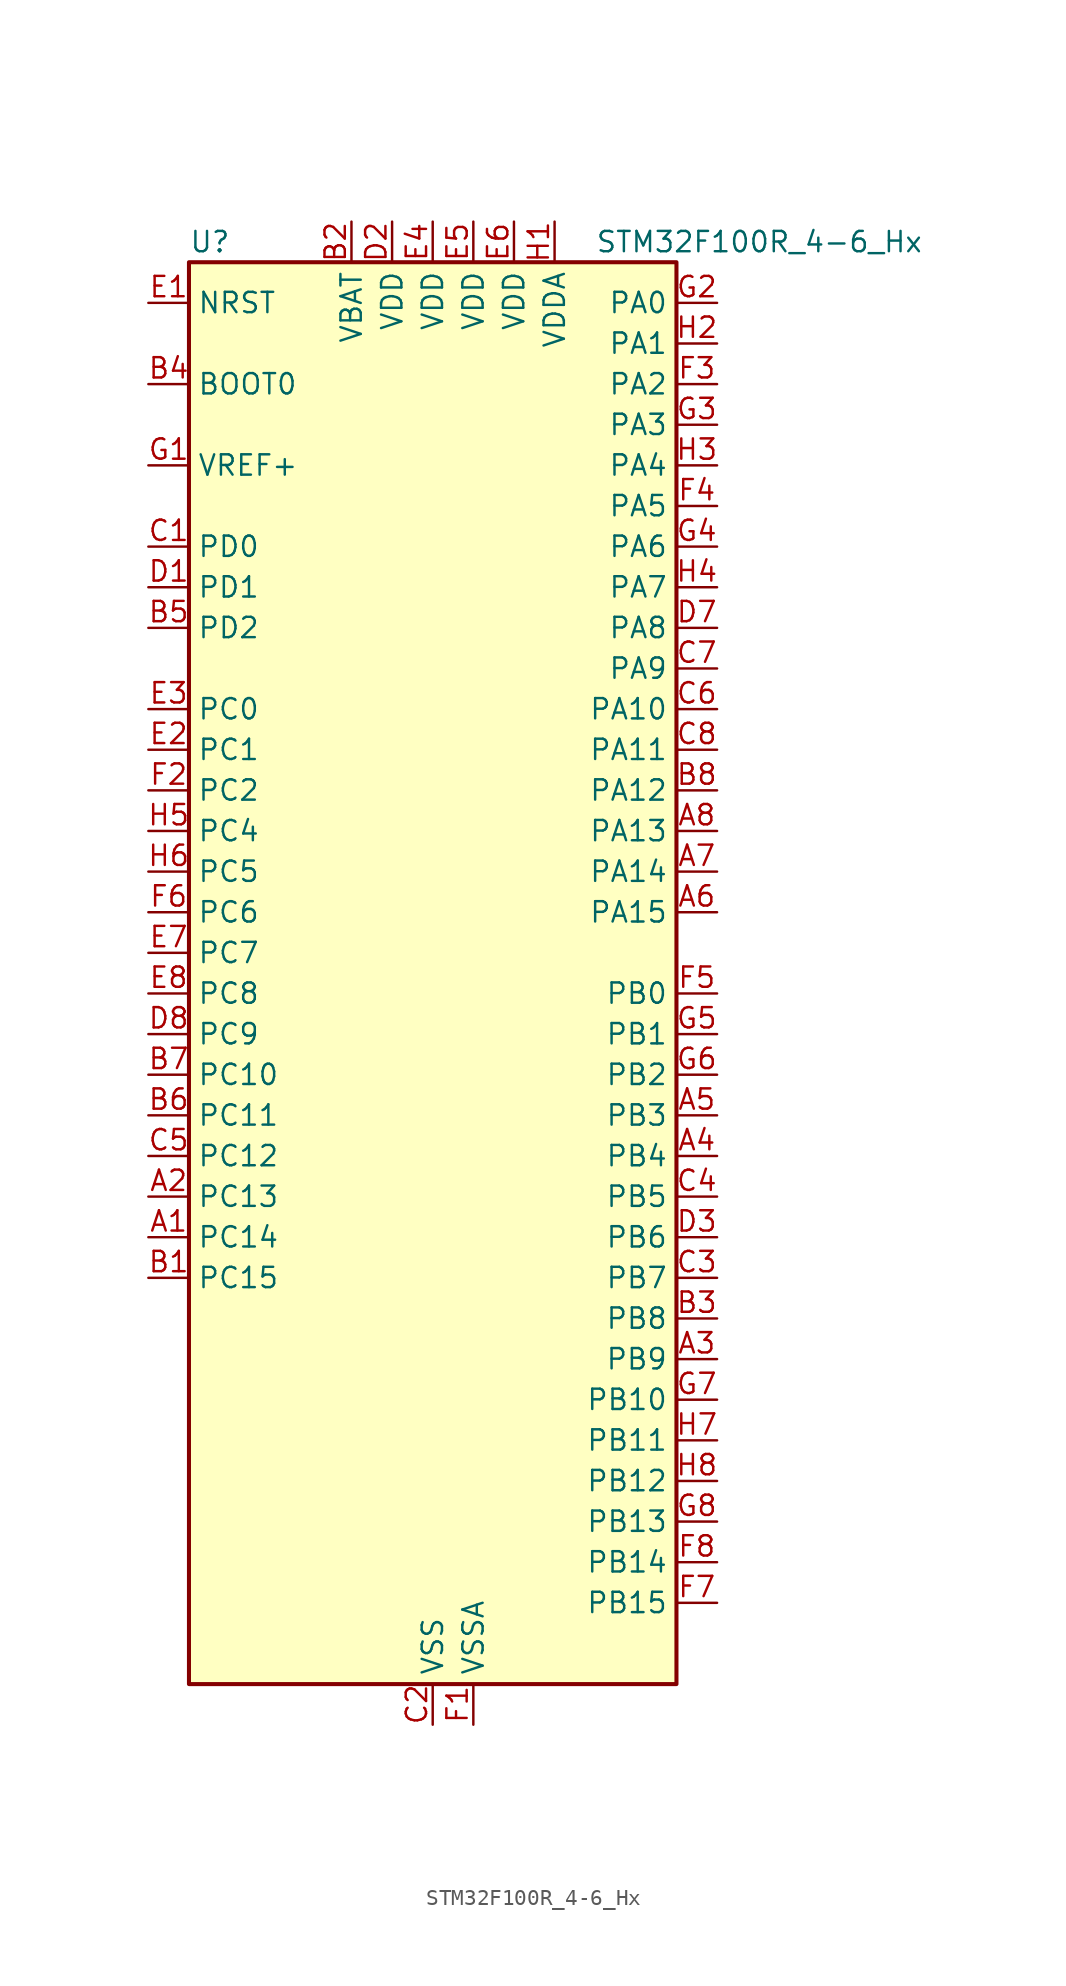
<source format=kicad_sym>
(kicad_symbol_lib
  (version 20231120)
  (generator "kicad-library-utils")
  (generator_version "8.0")
  (symbol "STM32F100R_4-6_Hx"
    (property "Reference" "U"
      (at -15.24 46.99 0)
      (effects (font (size 1.27 1.27)) (justify left)))
    (property "Value" "STM32F100R_4-6_Hx"
      (at 10.16 46.99 0)
      (effects (font (size 1.27 1.27)) (justify left)))
    (property "ki_locked" ""
      (at 0 0 0)
      (effects (font (size 1.27 1.27))))
    (symbol "STM32F100R_4-6_Hx_0_1"
      (rectangle (start -15.24 -43.18) (end 15.24 45.72) (stroke (width 0.254) (type default)) (fill (type background))))
    (symbol "STM32F100R_4-6_Hx_1_1"
      (pin bidirectional line (at -17.78 -15.24 0) (length 2.54) (name "PC14" (effects (font (size 1.27 1.27)))) (number "A1" (effects (font (size 1.27 1.27)))) (alternate "RCC_OSC32_IN" bidirectional line))
      (pin bidirectional line (at -17.78 -12.7 0) (length 2.54) (name "PC13" (effects (font (size 1.27 1.27)))) (number "A2" (effects (font (size 1.27 1.27)))) (alternate "RTC_OUT" bidirectional line) (alternate "RTC_TAMPER" bidirectional line))
      (pin bidirectional line (at 17.78 -22.86 180) (length 2.54) (name "PB9" (effects (font (size 1.27 1.27)))) (number "A3" (effects (font (size 1.27 1.27)))) (alternate "DAC_EXTI9" bidirectional line) (alternate "I2C1_SDA" bidirectional line) (alternate "TIM17_CH1" bidirectional line))
      (pin bidirectional line (at 17.78 -10.16 180) (length 2.54) (name "PB4" (effects (font (size 1.27 1.27)))) (number "A4" (effects (font (size 1.27 1.27)))) (alternate "SPI1_MISO" bidirectional line) (alternate "SYS_NJTRST" bidirectional line) (alternate "TIM3_CH1" bidirectional line))
      (pin bidirectional line (at 17.78 -7.62 180) (length 2.54) (name "PB3" (effects (font (size 1.27 1.27)))) (number "A5" (effects (font (size 1.27 1.27)))) (alternate "SPI1_SCK" bidirectional line) (alternate "SYS_JTDO-TRACESWO" bidirectional line) (alternate "TIM2_CH2" bidirectional line))
      (pin bidirectional line (at 17.78 5.08 180) (length 2.54) (name "PA15" (effects (font (size 1.27 1.27)))) (number "A6" (effects (font (size 1.27 1.27)))) (alternate "ADC1_EXTI15" bidirectional line) (alternate "SPI1_NSS" bidirectional line) (alternate "SYS_JTDI" bidirectional line) (alternate "TIM2_CH1" bidirectional line) (alternate "TIM2_ETR" bidirectional line))
      (pin bidirectional line (at 17.78 7.62 180) (length 2.54) (name "PA14" (effects (font (size 1.27 1.27)))) (number "A7" (effects (font (size 1.27 1.27)))) (alternate "SYS_JTCK-SWCLK" bidirectional line))
      (pin bidirectional line (at 17.78 10.16 180) (length 2.54) (name "PA13" (effects (font (size 1.27 1.27)))) (number "A8" (effects (font (size 1.27 1.27)))) (alternate "SYS_JTMS-SWDIO" bidirectional line))
      (pin bidirectional line (at -17.78 -17.78 0) (length 2.54) (name "PC15" (effects (font (size 1.27 1.27)))) (number "B1" (effects (font (size 1.27 1.27)))) (alternate "ADC1_EXTI15" bidirectional line) (alternate "RCC_OSC32_OUT" bidirectional line))
      (pin power_in line (at -5.08 48.26 270) (length 2.54) (name "VBAT" (effects (font (size 1.27 1.27)))) (number "B2" (effects (font (size 1.27 1.27)))))
      (pin bidirectional line (at 17.78 -20.32 180) (length 2.54) (name "PB8" (effects (font (size 1.27 1.27)))) (number "B3" (effects (font (size 1.27 1.27)))) (alternate "CEC" bidirectional line) (alternate "I2C1_SCL" bidirectional line) (alternate "TIM16_CH1" bidirectional line))
      (pin input line (at -17.78 38.1 0) (length 2.54) (name "BOOT0" (effects (font (size 1.27 1.27)))) (number "B4" (effects (font (size 1.27 1.27)))))
      (pin bidirectional line (at -17.78 22.86 0) (length 2.54) (name "PD2" (effects (font (size 1.27 1.27)))) (number "B5" (effects (font (size 1.27 1.27)))) (alternate "TIM3_ETR" bidirectional line))
      (pin bidirectional line (at -17.78 -7.62 0) (length 2.54) (name "PC11" (effects (font (size 1.27 1.27)))) (number "B6" (effects (font (size 1.27 1.27)))) (alternate "ADC1_EXTI11" bidirectional line))
      (pin bidirectional line (at -17.78 -5.08 0) (length 2.54) (name "PC10" (effects (font (size 1.27 1.27)))) (number "B7" (effects (font (size 1.27 1.27)))))
      (pin bidirectional line (at 17.78 12.7 180) (length 2.54) (name "PA12" (effects (font (size 1.27 1.27)))) (number "B8" (effects (font (size 1.27 1.27)))) (alternate "TIM1_ETR" bidirectional line) (alternate "USART1_RTS" bidirectional line))
      (pin bidirectional line (at -17.78 27.94 0) (length 2.54) (name "PD0" (effects (font (size 1.27 1.27)))) (number "C1" (effects (font (size 1.27 1.27)))) (alternate "RCC_OSC_IN" bidirectional line))
      (pin power_in line (at 0 -45.72 90) (length 2.54) (name "VSS" (effects (font (size 1.27 1.27)))) (number "C2" (effects (font (size 1.27 1.27)))))
      (pin bidirectional line (at 17.78 -17.78 180) (length 2.54) (name "PB7" (effects (font (size 1.27 1.27)))) (number "C3" (effects (font (size 1.27 1.27)))) (alternate "I2C1_SDA" bidirectional line) (alternate "TIM17_CH1N" bidirectional line) (alternate "USART1_RX" bidirectional line))
      (pin bidirectional line (at 17.78 -12.7 180) (length 2.54) (name "PB5" (effects (font (size 1.27 1.27)))) (number "C4" (effects (font (size 1.27 1.27)))) (alternate "I2C1_SMBA" bidirectional line) (alternate "SPI1_MOSI" bidirectional line) (alternate "TIM16_BKIN" bidirectional line) (alternate "TIM3_CH2" bidirectional line))
      (pin bidirectional line (at -17.78 -10.16 0) (length 2.54) (name "PC12" (effects (font (size 1.27 1.27)))) (number "C5" (effects (font (size 1.27 1.27)))))
      (pin bidirectional line (at 17.78 17.78 180) (length 2.54) (name "PA10" (effects (font (size 1.27 1.27)))) (number "C6" (effects (font (size 1.27 1.27)))) (alternate "TIM17_BKIN" bidirectional line) (alternate "TIM1_CH3" bidirectional line) (alternate "USART1_RX" bidirectional line))
      (pin bidirectional line (at 17.78 20.32 180) (length 2.54) (name "PA9" (effects (font (size 1.27 1.27)))) (number "C7" (effects (font (size 1.27 1.27)))) (alternate "DAC_EXTI9" bidirectional line) (alternate "TIM15_BKIN" bidirectional line) (alternate "TIM1_CH2" bidirectional line) (alternate "USART1_TX" bidirectional line))
      (pin bidirectional line (at 17.78 15.24 180) (length 2.54) (name "PA11" (effects (font (size 1.27 1.27)))) (number "C8" (effects (font (size 1.27 1.27)))) (alternate "ADC1_EXTI11" bidirectional line) (alternate "TIM1_CH4" bidirectional line) (alternate "USART1_CTS" bidirectional line))
      (pin bidirectional line (at -17.78 25.4 0) (length 2.54) (name "PD1" (effects (font (size 1.27 1.27)))) (number "D1" (effects (font (size 1.27 1.27)))) (alternate "RCC_OSC_OUT" bidirectional line))
      (pin power_in line (at -2.54 48.26 270) (length 2.54) (name "VDD" (effects (font (size 1.27 1.27)))) (number "D2" (effects (font (size 1.27 1.27)))))
      (pin bidirectional line (at 17.78 -15.24 180) (length 2.54) (name "PB6" (effects (font (size 1.27 1.27)))) (number "D3" (effects (font (size 1.27 1.27)))) (alternate "I2C1_SCL" bidirectional line) (alternate "TIM16_CH1N" bidirectional line) (alternate "USART1_TX" bidirectional line))
      (pin passive line (at 0 -45.72 90) (length 2.54) hide (name "VSS" (effects (font (size 1.27 1.27)))) (number "D4" (effects (font (size 1.27 1.27)))))
      (pin passive line (at 0 -45.72 90) (length 2.54) hide (name "VSS" (effects (font (size 1.27 1.27)))) (number "D5" (effects (font (size 1.27 1.27)))))
      (pin passive line (at 0 -45.72 90) (length 2.54) hide (name "VSS" (effects (font (size 1.27 1.27)))) (number "D6" (effects (font (size 1.27 1.27)))))
      (pin bidirectional line (at 17.78 22.86 180) (length 2.54) (name "PA8" (effects (font (size 1.27 1.27)))) (number "D7" (effects (font (size 1.27 1.27)))) (alternate "RCC_MCO" bidirectional line) (alternate "TIM1_CH1" bidirectional line) (alternate "USART1_CK" bidirectional line))
      (pin bidirectional line (at -17.78 -2.54 0) (length 2.54) (name "PC9" (effects (font (size 1.27 1.27)))) (number "D8" (effects (font (size 1.27 1.27)))) (alternate "DAC_EXTI9" bidirectional line) (alternate "TIM3_CH4" bidirectional line))
      (pin input line (at -17.78 43.18 0) (length 2.54) (name "NRST" (effects (font (size 1.27 1.27)))) (number "E1" (effects (font (size 1.27 1.27)))))
      (pin bidirectional line (at -17.78 15.24 0) (length 2.54) (name "PC1" (effects (font (size 1.27 1.27)))) (number "E2" (effects (font (size 1.27 1.27)))) (alternate "ADC1_IN11" bidirectional line))
      (pin bidirectional line (at -17.78 17.78 0) (length 2.54) (name "PC0" (effects (font (size 1.27 1.27)))) (number "E3" (effects (font (size 1.27 1.27)))) (alternate "ADC1_IN10" bidirectional line))
      (pin power_in line (at 0 48.26 270) (length 2.54) (name "VDD" (effects (font (size 1.27 1.27)))) (number "E4" (effects (font (size 1.27 1.27)))))
      (pin power_in line (at 2.54 48.26 270) (length 2.54) (name "VDD" (effects (font (size 1.27 1.27)))) (number "E5" (effects (font (size 1.27 1.27)))))
      (pin power_in line (at 5.08 48.26 270) (length 2.54) (name "VDD" (effects (font (size 1.27 1.27)))) (number "E6" (effects (font (size 1.27 1.27)))))
      (pin bidirectional line (at -17.78 2.54 0) (length 2.54) (name "PC7" (effects (font (size 1.27 1.27)))) (number "E7" (effects (font (size 1.27 1.27)))) (alternate "TIM3_CH2" bidirectional line))
      (pin bidirectional line (at -17.78 0 0) (length 2.54) (name "PC8" (effects (font (size 1.27 1.27)))) (number "E8" (effects (font (size 1.27 1.27)))) (alternate "TIM3_CH3" bidirectional line))
      (pin power_in line (at 2.54 -45.72 90) (length 2.54) (name "VSSA" (effects (font (size 1.27 1.27)))) (number "F1" (effects (font (size 1.27 1.27)))))
      (pin bidirectional line (at -17.78 12.7 0) (length 2.54) (name "PC2" (effects (font (size 1.27 1.27)))) (number "F2" (effects (font (size 1.27 1.27)))) (alternate "ADC1_IN12" bidirectional line))
      (pin bidirectional line (at 17.78 38.1 180) (length 2.54) (name "PA2" (effects (font (size 1.27 1.27)))) (number "F3" (effects (font (size 1.27 1.27)))) (alternate "ADC1_IN2" bidirectional line) (alternate "TIM15_CH1" bidirectional line) (alternate "TIM2_CH3" bidirectional line) (alternate "USART2_TX" bidirectional line))
      (pin bidirectional line (at 17.78 30.48 180) (length 2.54) (name "PA5" (effects (font (size 1.27 1.27)))) (number "F4" (effects (font (size 1.27 1.27)))) (alternate "ADC1_IN5" bidirectional line) (alternate "DAC_OUT2" bidirectional line) (alternate "SPI1_SCK" bidirectional line))
      (pin bidirectional line (at 17.78 0 180) (length 2.54) (name "PB0" (effects (font (size 1.27 1.27)))) (number "F5" (effects (font (size 1.27 1.27)))) (alternate "ADC1_IN8" bidirectional line) (alternate "TIM1_CH2N" bidirectional line) (alternate "TIM3_CH3" bidirectional line))
      (pin bidirectional line (at -17.78 5.08 0) (length 2.54) (name "PC6" (effects (font (size 1.27 1.27)))) (number "F6" (effects (font (size 1.27 1.27)))) (alternate "TIM3_CH1" bidirectional line))
      (pin bidirectional line (at 17.78 -38.1 180) (length 2.54) (name "PB15" (effects (font (size 1.27 1.27)))) (number "F7" (effects (font (size 1.27 1.27)))) (alternate "ADC1_EXTI15" bidirectional line) (alternate "TIM15_CH1N" bidirectional line) (alternate "TIM15_CH2" bidirectional line) (alternate "TIM1_CH3N" bidirectional line))
      (pin bidirectional line (at 17.78 -35.56 180) (length 2.54) (name "PB14" (effects (font (size 1.27 1.27)))) (number "F8" (effects (font (size 1.27 1.27)))) (alternate "TIM15_CH1" bidirectional line) (alternate "TIM1_CH2N" bidirectional line))
      (pin input line (at -17.78 33.02 0) (length 2.54) (name "VREF+" (effects (font (size 1.27 1.27)))) (number "G1" (effects (font (size 1.27 1.27)))))
      (pin bidirectional line (at 17.78 43.18 180) (length 2.54) (name "PA0" (effects (font (size 1.27 1.27)))) (number "G2" (effects (font (size 1.27 1.27)))) (alternate "ADC1_IN0" bidirectional line) (alternate "SYS_WKUP" bidirectional line) (alternate "TIM2_CH1" bidirectional line) (alternate "TIM2_ETR" bidirectional line) (alternate "USART2_CTS" bidirectional line))
      (pin bidirectional line (at 17.78 35.56 180) (length 2.54) (name "PA3" (effects (font (size 1.27 1.27)))) (number "G3" (effects (font (size 1.27 1.27)))) (alternate "ADC1_IN3" bidirectional line) (alternate "TIM15_CH2" bidirectional line) (alternate "TIM2_CH4" bidirectional line) (alternate "USART2_RX" bidirectional line))
      (pin bidirectional line (at 17.78 27.94 180) (length 2.54) (name "PA6" (effects (font (size 1.27 1.27)))) (number "G4" (effects (font (size 1.27 1.27)))) (alternate "ADC1_IN6" bidirectional line) (alternate "SPI1_MISO" bidirectional line) (alternate "TIM16_CH1" bidirectional line) (alternate "TIM1_BKIN" bidirectional line) (alternate "TIM3_CH1" bidirectional line))
      (pin bidirectional line (at 17.78 -2.54 180) (length 2.54) (name "PB1" (effects (font (size 1.27 1.27)))) (number "G5" (effects (font (size 1.27 1.27)))) (alternate "ADC1_IN9" bidirectional line) (alternate "TIM1_CH3N" bidirectional line) (alternate "TIM3_CH4" bidirectional line))
      (pin bidirectional line (at 17.78 -5.08 180) (length 2.54) (name "PB2" (effects (font (size 1.27 1.27)))) (number "G6" (effects (font (size 1.27 1.27)))))
      (pin bidirectional line (at 17.78 -25.4 180) (length 2.54) (name "PB10" (effects (font (size 1.27 1.27)))) (number "G7" (effects (font (size 1.27 1.27)))) (alternate "CEC" bidirectional line) (alternate "TIM2_CH3" bidirectional line))
      (pin bidirectional line (at 17.78 -33.02 180) (length 2.54) (name "PB13" (effects (font (size 1.27 1.27)))) (number "G8" (effects (font (size 1.27 1.27)))) (alternate "TIM1_CH1N" bidirectional line))
      (pin power_in line (at 7.62 48.26 270) (length 2.54) (name "VDDA" (effects (font (size 1.27 1.27)))) (number "H1" (effects (font (size 1.27 1.27)))))
      (pin bidirectional line (at 17.78 40.64 180) (length 2.54) (name "PA1" (effects (font (size 1.27 1.27)))) (number "H2" (effects (font (size 1.27 1.27)))) (alternate "ADC1_IN1" bidirectional line) (alternate "TIM2_CH2" bidirectional line) (alternate "USART2_RTS" bidirectional line))
      (pin bidirectional line (at 17.78 33.02 180) (length 2.54) (name "PA4" (effects (font (size 1.27 1.27)))) (number "H3" (effects (font (size 1.27 1.27)))) (alternate "ADC1_IN4" bidirectional line) (alternate "DAC_OUT1" bidirectional line) (alternate "SPI1_NSS" bidirectional line) (alternate "USART2_CK" bidirectional line))
      (pin bidirectional line (at 17.78 25.4 180) (length 2.54) (name "PA7" (effects (font (size 1.27 1.27)))) (number "H4" (effects (font (size 1.27 1.27)))) (alternate "ADC1_IN7" bidirectional line) (alternate "SPI1_MOSI" bidirectional line) (alternate "TIM17_CH1" bidirectional line) (alternate "TIM1_CH1N" bidirectional line) (alternate "TIM3_CH2" bidirectional line))
      (pin bidirectional line (at -17.78 10.16 0) (length 2.54) (name "PC4" (effects (font (size 1.27 1.27)))) (number "H5" (effects (font (size 1.27 1.27)))) (alternate "ADC1_IN14" bidirectional line))
      (pin bidirectional line (at -17.78 7.62 0) (length 2.54) (name "PC5" (effects (font (size 1.27 1.27)))) (number "H6" (effects (font (size 1.27 1.27)))) (alternate "ADC1_IN15" bidirectional line))
      (pin bidirectional line (at 17.78 -27.94 180) (length 2.54) (name "PB11" (effects (font (size 1.27 1.27)))) (number "H7" (effects (font (size 1.27 1.27)))) (alternate "ADC1_EXTI11" bidirectional line) (alternate "TIM2_CH4" bidirectional line))
      (pin bidirectional line (at 17.78 -30.48 180) (length 2.54) (name "PB12" (effects (font (size 1.27 1.27)))) (number "H8" (effects (font (size 1.27 1.27)))) (alternate "TIM1_BKIN" bidirectional line)))))
</source>
